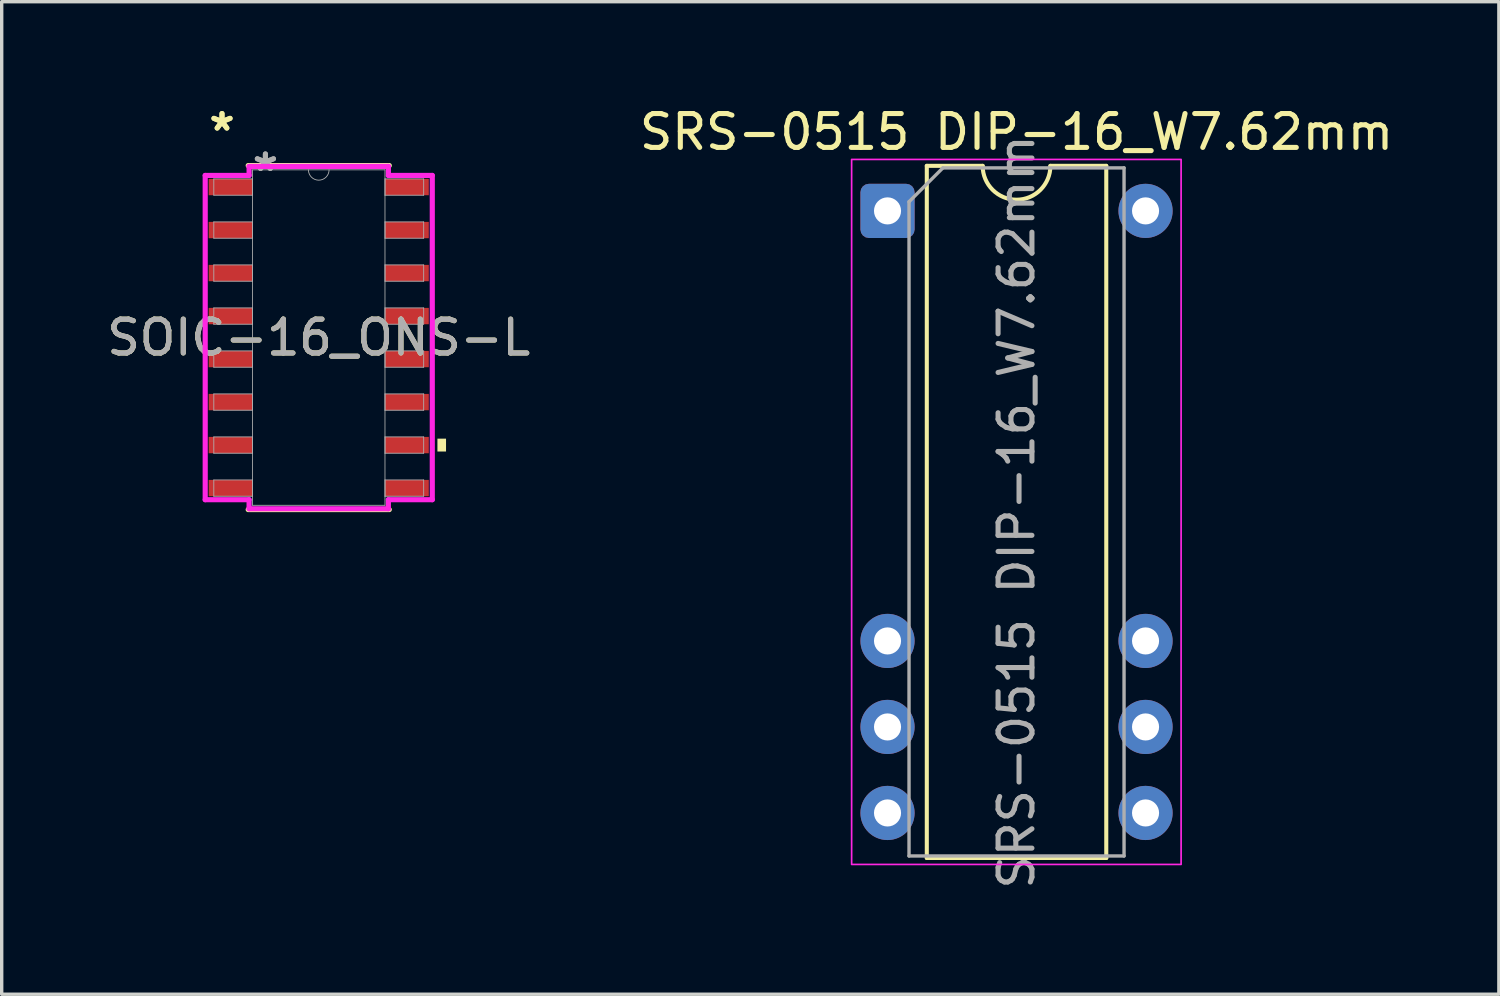
<source format=kicad_pcb>
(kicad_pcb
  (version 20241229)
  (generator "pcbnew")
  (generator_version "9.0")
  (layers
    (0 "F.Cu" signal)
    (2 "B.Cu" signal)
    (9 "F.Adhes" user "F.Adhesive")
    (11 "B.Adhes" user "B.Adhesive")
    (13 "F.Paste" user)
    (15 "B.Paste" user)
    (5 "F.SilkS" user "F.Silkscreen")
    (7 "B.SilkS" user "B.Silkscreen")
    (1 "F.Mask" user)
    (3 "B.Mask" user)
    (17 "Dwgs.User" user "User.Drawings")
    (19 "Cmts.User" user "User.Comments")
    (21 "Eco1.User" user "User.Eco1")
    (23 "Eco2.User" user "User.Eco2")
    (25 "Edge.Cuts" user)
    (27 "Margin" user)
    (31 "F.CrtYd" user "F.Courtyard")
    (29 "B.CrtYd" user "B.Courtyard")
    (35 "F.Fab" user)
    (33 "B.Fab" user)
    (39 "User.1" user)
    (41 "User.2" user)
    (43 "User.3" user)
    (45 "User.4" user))
  (footprint "SRS-0515 DIP-16_W7.62mm"
    (layer "F.Cu")
    (at 23.16 3.178)
    (property "Reference" "SRS-0515 DIP-16_W7.62mm" (at 3.81 -2.33 0) (layer "F.SilkS") (effects (font (size 1 1) (thickness 0.15))))
    (attr through_hole)
    (fp_line (start 1.16 -1.33) (end 1.16 19.11) (stroke (width 0.12) (type solid)) (layer "F.SilkS"))
    (fp_line (start 1.16 19.11) (end 6.46 19.11) (stroke (width 0.12) (type solid)) (layer "F.SilkS"))
    (fp_line (start 2.81 -1.33) (end 1.16 -1.33) (stroke (width 0.12) (type solid)) (layer "F.SilkS"))
    (fp_line (start 6.46 -1.33) (end 4.81 -1.33) (stroke (width 0.12) (type solid)) (layer "F.SilkS"))
    (fp_line (start 6.46 19.11) (end 6.46 -1.33) (stroke (width 0.12) (type solid)) (layer "F.SilkS"))
    (fp_arc (start 4.81 -1.33) (mid 3.81 -0.33) (end 2.81 -1.33) (stroke (width 0.12) (type solid)) (layer "F.SilkS"))
    (fp_rect (start -1.06 -1.52) (end 8.67 19.3) (stroke (width 0.05) (type solid)) (fill no) (layer "F.CrtYd"))
    (fp_line (start 0.635 -0.27) (end 1.635 -1.27) (stroke (width 0.1) (type solid)) (layer "F.Fab"))
    (fp_line (start 0.635 19.05) (end 0.635 -0.27) (stroke (width 0.1) (type solid)) (layer "F.Fab"))
    (fp_line (start 1.635 -1.27) (end 6.985 -1.27) (stroke (width 0.1) (type solid)) (layer "F.Fab"))
    (fp_line (start 6.985 -1.27) (end 6.985 19.05) (stroke (width 0.1) (type solid)) (layer "F.Fab"))
    (fp_line (start 6.985 19.05) (end 0.635 19.05) (stroke (width 0.1) (type solid)) (layer "F.Fab"))
    (fp_text user "${REFERENCE}" (at 3.81 8.89 90) (layer "F.Fab") (effects (font (size 1 1) (thickness 0.15))))
    (pad "1" thru_hole roundrect (at 0 0) (size 1.6 1.6) (drill 0.8) (layers "*.Cu" "*.Mask") (roundrect_rratio 0.156))
    (pad "6" thru_hole circle (at 0 12.7) (size 1.6 1.6) (drill 0.8) (layers "*.Cu" "*.Mask"))
    (pad "7" thru_hole circle (at 0 15.24) (size 1.6 1.6) (drill 0.8) (layers "*.Cu" "*.Mask"))
    (pad "8" thru_hole circle (at 0 17.78) (size 1.6 1.6) (drill 0.8) (layers "*.Cu" "*.Mask"))
    (pad "9" thru_hole circle (at 7.62 17.78) (size 1.6 1.6) (drill 0.8) (layers "*.Cu" "*.Mask"))
    (pad "10" thru_hole circle (at 7.62 15.24) (size 1.6 1.6) (drill 0.8) (layers "*.Cu" "*.Mask"))
    (pad "11" thru_hole circle (at 7.62 12.7) (size 1.6 1.6) (drill 0.8) (layers "*.Cu" "*.Mask"))
    (pad "16" thru_hole circle (at 7.62 0) (size 1.6 1.6) (drill 0.8) (layers "*.Cu" "*.Mask")))
  (footprint "SOIC-16_ONS-L"
    (layer "F.Cu")
    (at 6.363 6.919)
    (property "Reference" "SOIC-16_ONS-L" (at 0 0 0) (unlocked yes) (layer "F.SilkS") (effects (font (size 1 1) (thickness 0.15))))
    (attr smd)
    (fp_line (start -2.083 5.08) (end 2.083 5.08) (stroke (width 0.152) (type solid)) (layer "F.SilkS"))
    (fp_line (start 2.083 -5.08) (end -2.083 -5.08) (stroke (width 0.152) (type solid)) (layer "F.SilkS"))
    (fp_poly (pts (xy 3.759 2.985) (xy 3.759 3.365) (xy 3.505 3.365) (xy 3.505 2.985)) (stroke (width 0) (type solid)) (fill yes) (layer "F.SilkS"))
    (fp_line (start -3.353 -4.788) (end -2.057 -4.788) (stroke (width 0.152) (type solid)) (layer "F.CrtYd"))
    (fp_line (start -3.353 4.788) (end -3.353 -4.788) (stroke (width 0.152) (type solid)) (layer "F.CrtYd"))
    (fp_line (start -3.353 4.788) (end -2.057 4.788) (stroke (width 0.152) (type solid)) (layer "F.CrtYd"))
    (fp_line (start -2.057 -5.055) (end 2.057 -5.055) (stroke (width 0.152) (type solid)) (layer "F.CrtYd"))
    (fp_line (start -2.057 -4.788) (end -2.057 -5.055) (stroke (width 0.152) (type solid)) (layer "F.CrtYd"))
    (fp_line (start -2.057 5.055) (end -2.057 4.788) (stroke (width 0.152) (type solid)) (layer "F.CrtYd"))
    (fp_line (start 2.057 -5.055) (end 2.057 -4.788) (stroke (width 0.152) (type solid)) (layer "F.CrtYd"))
    (fp_line (start 2.057 4.788) (end 2.057 5.055) (stroke (width 0.152) (type solid)) (layer "F.CrtYd"))
    (fp_line (start 2.057 5.055) (end -2.057 5.055) (stroke (width 0.152) (type solid)) (layer "F.CrtYd"))
    (fp_line (start 3.353 -4.788) (end 2.057 -4.788) (stroke (width 0.152) (type solid)) (layer "F.CrtYd"))
    (fp_line (start 3.353 -4.788) (end 3.353 4.788) (stroke (width 0.152) (type solid)) (layer "F.CrtYd"))
    (fp_line (start 3.353 4.788) (end 2.057 4.788) (stroke (width 0.152) (type solid)) (layer "F.CrtYd"))
    (fp_line (start -3.099 -4.686) (end -3.099 -4.204) (stroke (width 0.025) (type solid)) (layer "F.Fab"))
    (fp_line (start -3.099 -4.204) (end -1.956 -4.204) (stroke (width 0.025) (type solid)) (layer "F.Fab"))
    (fp_line (start -3.099 -3.416) (end -3.099 -2.934) (stroke (width 0.025) (type solid)) (layer "F.Fab"))
    (fp_line (start -3.099 -2.934) (end -1.956 -2.934) (stroke (width 0.025) (type solid)) (layer "F.Fab"))
    (fp_line (start -3.099 -2.146) (end -3.099 -1.664) (stroke (width 0.025) (type solid)) (layer "F.Fab"))
    (fp_line (start -3.099 -1.664) (end -1.956 -1.664) (stroke (width 0.025) (type solid)) (layer "F.Fab"))
    (fp_line (start -3.099 -0.876) (end -3.099 -0.394) (stroke (width 0.025) (type solid)) (layer "F.Fab"))
    (fp_line (start -3.099 -0.394) (end -1.956 -0.394) (stroke (width 0.025) (type solid)) (layer "F.Fab"))
    (fp_line (start -3.099 0.394) (end -3.099 0.876) (stroke (width 0.025) (type solid)) (layer "F.Fab"))
    (fp_line (start -3.099 0.876) (end -1.956 0.876) (stroke (width 0.025) (type solid)) (layer "F.Fab"))
    (fp_line (start -3.099 1.664) (end -3.099 2.146) (stroke (width 0.025) (type solid)) (layer "F.Fab"))
    (fp_line (start -3.099 2.146) (end -1.956 2.146) (stroke (width 0.025) (type solid)) (layer "F.Fab"))
    (fp_line (start -3.099 2.934) (end -3.099 3.416) (stroke (width 0.025) (type solid)) (layer "F.Fab"))
    (fp_line (start -3.099 3.416) (end -1.956 3.416) (stroke (width 0.025) (type solid)) (layer "F.Fab"))
    (fp_line (start -3.099 4.204) (end -3.099 4.686) (stroke (width 0.025) (type solid)) (layer "F.Fab"))
    (fp_line (start -3.099 4.686) (end -1.956 4.686) (stroke (width 0.025) (type solid)) (layer "F.Fab"))
    (fp_line (start -1.956 -4.953) (end -1.956 4.953) (stroke (width 0.025) (type solid)) (layer "F.Fab"))
    (fp_line (start -1.956 -4.686) (end -3.099 -4.686) (stroke (width 0.025) (type solid)) (layer "F.Fab"))
    (fp_line (start -1.956 -4.204) (end -1.956 -4.686) (stroke (width 0.025) (type solid)) (layer "F.Fab"))
    (fp_line (start -1.956 -3.416) (end -3.099 -3.416) (stroke (width 0.025) (type solid)) (layer "F.Fab"))
    (fp_line (start -1.956 -2.934) (end -1.956 -3.416) (stroke (width 0.025) (type solid)) (layer "F.Fab"))
    (fp_line (start -1.956 -2.146) (end -3.099 -2.146) (stroke (width 0.025) (type solid)) (layer "F.Fab"))
    (fp_line (start -1.956 -1.664) (end -1.956 -2.146) (stroke (width 0.025) (type solid)) (layer "F.Fab"))
    (fp_line (start -1.956 -0.876) (end -3.099 -0.876) (stroke (width 0.025) (type solid)) (layer "F.Fab"))
    (fp_line (start -1.956 -0.394) (end -1.956 -0.876) (stroke (width 0.025) (type solid)) (layer "F.Fab"))
    (fp_line (start -1.956 0.394) (end -3.099 0.394) (stroke (width 0.025) (type solid)) (layer "F.Fab"))
    (fp_line (start -1.956 0.876) (end -1.956 0.394) (stroke (width 0.025) (type solid)) (layer "F.Fab"))
    (fp_line (start -1.956 1.664) (end -3.099 1.664) (stroke (width 0.025) (type solid)) (layer "F.Fab"))
    (fp_line (start -1.956 2.146) (end -1.956 1.664) (stroke (width 0.025) (type solid)) (layer "F.Fab"))
    (fp_line (start -1.956 2.934) (end -3.099 2.934) (stroke (width 0.025) (type solid)) (layer "F.Fab"))
    (fp_line (start -1.956 3.416) (end -1.956 2.934) (stroke (width 0.025) (type solid)) (layer "F.Fab"))
    (fp_line (start -1.956 4.204) (end -3.099 4.204) (stroke (width 0.025) (type solid)) (layer "F.Fab"))
    (fp_line (start -1.956 4.686) (end -1.956 4.204) (stroke (width 0.025) (type solid)) (layer "F.Fab"))
    (fp_line (start -1.956 4.953) (end 1.956 4.953) (stroke (width 0.025) (type solid)) (layer "F.Fab"))
    (fp_line (start 1.956 -4.953) (end -1.956 -4.953) (stroke (width 0.025) (type solid)) (layer "F.Fab"))
    (fp_line (start 1.956 -4.686) (end 1.956 -4.204) (stroke (width 0.025) (type solid)) (layer "F.Fab"))
    (fp_line (start 1.956 -4.204) (end 3.099 -4.204) (stroke (width 0.025) (type solid)) (layer "F.Fab"))
    (fp_line (start 1.956 -3.416) (end 1.956 -2.934) (stroke (width 0.025) (type solid)) (layer "F.Fab"))
    (fp_line (start 1.956 -2.934) (end 3.099 -2.934) (stroke (width 0.025) (type solid)) (layer "F.Fab"))
    (fp_line (start 1.956 -2.146) (end 1.956 -1.664) (stroke (width 0.025) (type solid)) (layer "F.Fab"))
    (fp_line (start 1.956 -1.664) (end 3.099 -1.664) (stroke (width 0.025) (type solid)) (layer "F.Fab"))
    (fp_line (start 1.956 -0.876) (end 1.956 -0.394) (stroke (width 0.025) (type solid)) (layer "F.Fab"))
    (fp_line (start 1.956 -0.394) (end 3.099 -0.394) (stroke (width 0.025) (type solid)) (layer "F.Fab"))
    (fp_line (start 1.956 0.394) (end 1.956 0.876) (stroke (width 0.025) (type solid)) (layer "F.Fab"))
    (fp_line (start 1.956 0.876) (end 3.099 0.876) (stroke (width 0.025) (type solid)) (layer "F.Fab"))
    (fp_line (start 1.956 1.664) (end 1.956 2.146) (stroke (width 0.025) (type solid)) (layer "F.Fab"))
    (fp_line (start 1.956 2.146) (end 3.099 2.146) (stroke (width 0.025) (type solid)) (layer "F.Fab"))
    (fp_line (start 1.956 2.934) (end 1.956 3.416) (stroke (width 0.025) (type solid)) (layer "F.Fab"))
    (fp_line (start 1.956 3.416) (end 3.099 3.416) (stroke (width 0.025) (type solid)) (layer "F.Fab"))
    (fp_line (start 1.956 4.204) (end 1.956 4.686) (stroke (width 0.025) (type solid)) (layer "F.Fab"))
    (fp_line (start 1.956 4.686) (end 3.099 4.686) (stroke (width 0.025) (type solid)) (layer "F.Fab"))
    (fp_line (start 1.956 4.953) (end 1.956 -4.953) (stroke (width 0.025) (type solid)) (layer "F.Fab"))
    (fp_line (start 3.099 -4.686) (end 1.956 -4.686) (stroke (width 0.025) (type solid)) (layer "F.Fab"))
    (fp_line (start 3.099 -4.204) (end 3.099 -4.686) (stroke (width 0.025) (type solid)) (layer "F.Fab"))
    (fp_line (start 3.099 -3.416) (end 1.956 -3.416) (stroke (width 0.025) (type solid)) (layer "F.Fab"))
    (fp_line (start 3.099 -2.934) (end 3.099 -3.416) (stroke (width 0.025) (type solid)) (layer "F.Fab"))
    (fp_line (start 3.099 -2.146) (end 1.956 -2.146) (stroke (width 0.025) (type solid)) (layer "F.Fab"))
    (fp_line (start 3.099 -1.664) (end 3.099 -2.146) (stroke (width 0.025) (type solid)) (layer "F.Fab"))
    (fp_line (start 3.099 -0.876) (end 1.956 -0.876) (stroke (width 0.025) (type solid)) (layer "F.Fab"))
    (fp_line (start 3.099 -0.394) (end 3.099 -0.876) (stroke (width 0.025) (type solid)) (layer "F.Fab"))
    (fp_line (start 3.099 0.394) (end 1.956 0.394) (stroke (width 0.025) (type solid)) (layer "F.Fab"))
    (fp_line (start 3.099 0.876) (end 3.099 0.394) (stroke (width 0.025) (type solid)) (layer "F.Fab"))
    (fp_line (start 3.099 1.664) (end 1.956 1.664) (stroke (width 0.025) (type solid)) (layer "F.Fab"))
    (fp_line (start 3.099 2.146) (end 3.099 1.664) (stroke (width 0.025) (type solid)) (layer "F.Fab"))
    (fp_line (start 3.099 2.934) (end 1.956 2.934) (stroke (width 0.025) (type solid)) (layer "F.Fab"))
    (fp_line (start 3.099 3.416) (end 3.099 2.934) (stroke (width 0.025) (type solid)) (layer "F.Fab"))
    (fp_line (start 3.099 4.204) (end 1.956 4.204) (stroke (width 0.025) (type solid)) (layer "F.Fab"))
    (fp_line (start 3.099 4.686) (end 3.099 4.204) (stroke (width 0.025) (type solid)) (layer "F.Fab"))
    (fp_arc (start 0.3048 -4.953) (mid 0 -4.6482) (end -0.3048 -4.953) (stroke (width 0.0254) (type solid)) (layer "F.Fab"))
    (fp_text user "*" (at -2.857 -6.071 0) (layer "F.SilkS") (effects (font (size 1 1) (thickness 0.15))))
    (fp_text user "*" (at -2.857 -6.071 0) (unlocked yes) (layer "F.SilkS") (effects (font (size 1 1) (thickness 0.15))))
    (fp_text user "*" (at -1.575 -4.877 0) (layer "F.Fab") (effects (font (size 1 1) (thickness 0.15))))
    (fp_text user "${REFERENCE}" (at 0 0 0) (unlocked yes) (layer "F.Fab") (effects (font (size 1 1) (thickness 0.15))))
    (fp_text user "*" (at -1.575 -4.877 0) (unlocked yes) (layer "F.Fab") (effects (font (size 1 1) (thickness 0.15))))
    (pad "1" smd rect (at -2.603 -4.445) (size 1.295 0.483) (layers "F.Cu" "F.Mask" "F.Paste"))
    (pad "2" smd rect (at -2.603 -3.175) (size 1.295 0.483) (layers "F.Cu" "F.Mask" "F.Paste"))
    (pad "3" smd rect (at -2.603 -1.905) (size 1.295 0.483) (layers "F.Cu" "F.Mask" "F.Paste"))
    (pad "4" smd rect (at -2.603 -0.635) (size 1.295 0.483) (layers "F.Cu" "F.Mask" "F.Paste"))
    (pad "5" smd rect (at -2.603 0.635) (size 1.295 0.483) (layers "F.Cu" "F.Mask" "F.Paste"))
    (pad "6" smd rect (at -2.603 1.905) (size 1.295 0.483) (layers "F.Cu" "F.Mask" "F.Paste"))
    (pad "7" smd rect (at -2.603 3.175) (size 1.295 0.483) (layers "F.Cu" "F.Mask" "F.Paste"))
    (pad "8" smd rect (at -2.603 4.445) (size 1.295 0.483) (layers "F.Cu" "F.Mask" "F.Paste"))
    (pad "9" smd rect (at 2.603 4.445) (size 1.295 0.483) (layers "F.Cu" "F.Mask" "F.Paste"))
    (pad "10" smd rect (at 2.603 3.175) (size 1.295 0.483) (layers "F.Cu" "F.Mask" "F.Paste"))
    (pad "11" smd rect (at 2.603 1.905) (size 1.295 0.483) (layers "F.Cu" "F.Mask" "F.Paste"))
    (pad "12" smd rect (at 2.603 0.635) (size 1.295 0.483) (layers "F.Cu" "F.Mask" "F.Paste"))
    (pad "13" smd rect (at 2.603 -0.635) (size 1.295 0.483) (layers "F.Cu" "F.Mask" "F.Paste"))
    (pad "14" smd rect (at 2.603 -1.905) (size 1.295 0.483) (layers "F.Cu" "F.Mask" "F.Paste"))
    (pad "15" smd rect (at 2.603 -3.175) (size 1.295 0.483) (layers "F.Cu" "F.Mask" "F.Paste"))
    (pad "16" smd rect (at 2.603 -4.445) (size 1.295 0.483) (layers "F.Cu" "F.Mask" "F.Paste")))
  (gr_rect
    (start -3 -3)
    (end 41.214 26.312)
    (stroke (width 0.1) (type default))
    (fill no)
    (layer "Edge.Cuts")))
</source>
